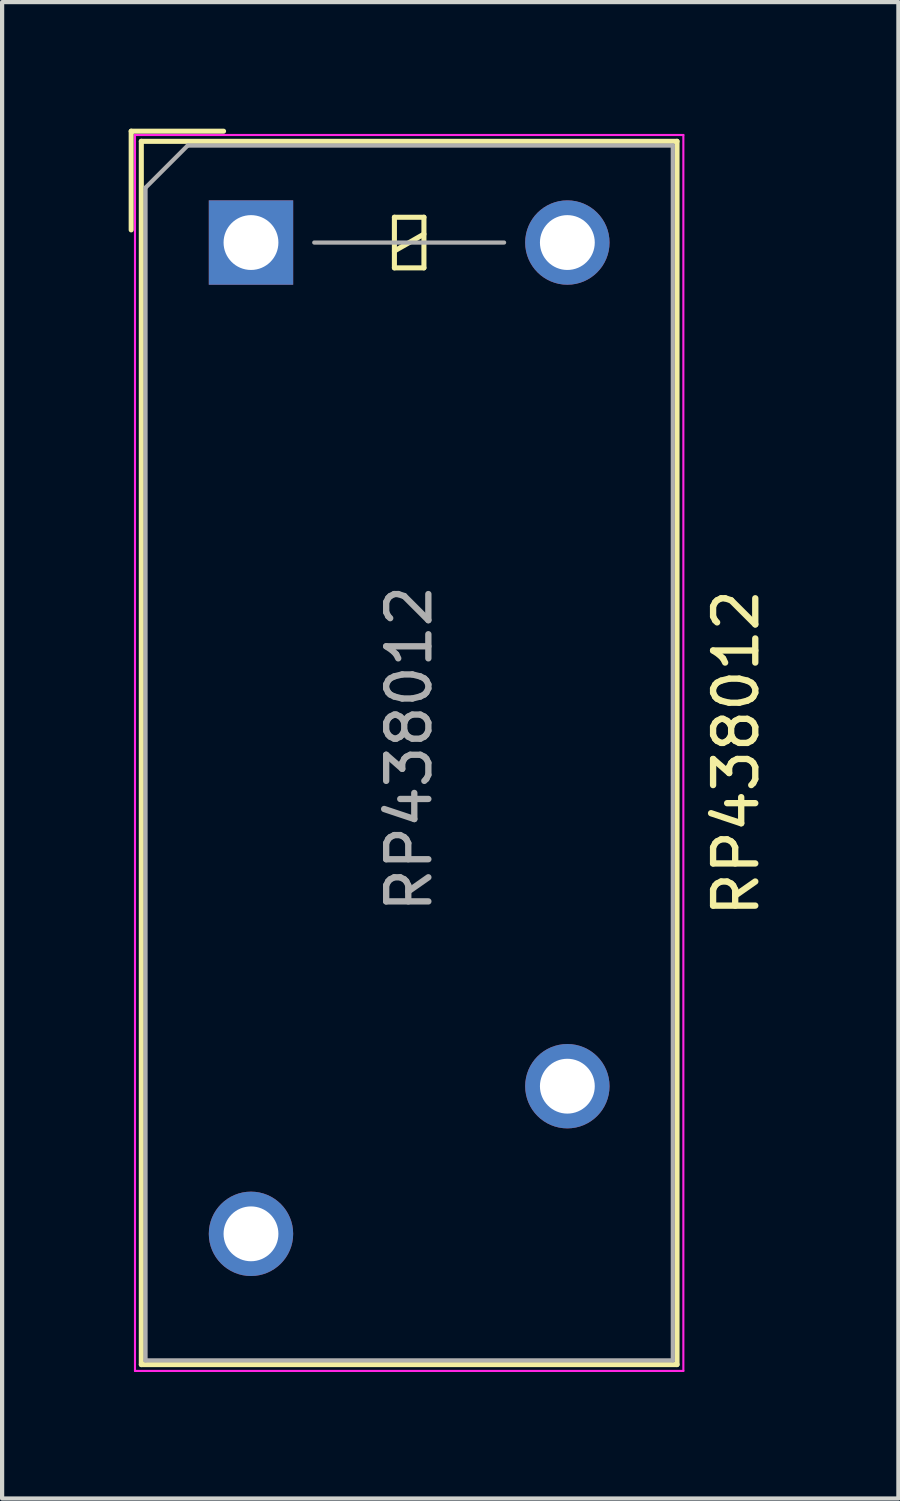
<source format=kicad_pcb>
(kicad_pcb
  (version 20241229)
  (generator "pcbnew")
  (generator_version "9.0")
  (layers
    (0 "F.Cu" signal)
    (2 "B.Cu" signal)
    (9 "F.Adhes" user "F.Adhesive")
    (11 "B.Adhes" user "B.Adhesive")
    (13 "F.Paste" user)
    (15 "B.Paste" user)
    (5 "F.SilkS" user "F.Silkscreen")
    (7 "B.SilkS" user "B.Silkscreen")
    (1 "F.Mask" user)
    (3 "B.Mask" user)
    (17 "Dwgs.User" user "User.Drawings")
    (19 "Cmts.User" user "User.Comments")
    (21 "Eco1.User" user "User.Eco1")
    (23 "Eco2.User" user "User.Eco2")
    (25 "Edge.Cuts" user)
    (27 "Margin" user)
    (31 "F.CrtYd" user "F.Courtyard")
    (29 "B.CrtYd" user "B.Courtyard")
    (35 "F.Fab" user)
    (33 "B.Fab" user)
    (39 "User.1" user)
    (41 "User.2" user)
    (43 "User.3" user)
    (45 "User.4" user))
  (footprint "RP438012"
    (layer "F.Cu")
    (at 2.9 2.7)
    (property "Reference" "RP438012" (at 11.5 12.1 90) (layer "F.SilkS") (effects (font (size 1 1) (thickness 0.15))))
    (attr through_hole)
    (fp_line (start -2.84 -2.64) (end -0.65 -2.64) (stroke (width 0.12) (type solid)) (layer "F.SilkS"))
    (fp_line (start -2.84 -0.3) (end -2.84 -2.64) (stroke (width 0.12) (type solid)) (layer "F.SilkS"))
    (fp_line (start -2.6 -2.4) (end -2.6 26.6) (stroke (width 0.12) (type solid)) (layer "F.SilkS"))
    (fp_line (start -2.6 26.6) (end 10.1 26.6) (stroke (width 0.12) (type solid)) (layer "F.SilkS"))
    (fp_line (start 3.4 -0.6) (end 3.4 0.6) (stroke (width 0.12) (type solid)) (layer "F.SilkS"))
    (fp_line (start 3.4 0.2) (end 4.1 -0.2) (stroke (width 0.12) (type solid)) (layer "F.SilkS"))
    (fp_line (start 3.4 0.6) (end 4.1 0.6) (stroke (width 0.12) (type solid)) (layer "F.SilkS"))
    (fp_line (start 4.1 -0.6) (end 3.4 -0.6) (stroke (width 0.12) (type solid)) (layer "F.SilkS"))
    (fp_line (start 4.1 0.6) (end 4.1 -0.6) (stroke (width 0.12) (type solid)) (layer "F.SilkS"))
    (fp_line (start 10.1 -2.4) (end -2.6 -2.4) (stroke (width 0.12) (type solid)) (layer "F.SilkS"))
    (fp_line (start 10.1 26.6) (end 10.1 -2.4) (stroke (width 0.12) (type solid)) (layer "F.SilkS"))
    (fp_line (start -2.75 -2.55) (end -2.75 26.75) (stroke (width 0.05) (type solid)) (layer "F.CrtYd"))
    (fp_line (start -2.75 26.75) (end 10.25 26.75) (stroke (width 0.05) (type solid)) (layer "F.CrtYd"))
    (fp_line (start 10.25 -2.55) (end -2.75 -2.55) (stroke (width 0.05) (type solid)) (layer "F.CrtYd"))
    (fp_line (start 10.25 26.75) (end 10.25 -2.55) (stroke (width 0.05) (type solid)) (layer "F.CrtYd"))
    (fp_line (start -2.5 -1.3) (end -2.5 26.5) (stroke (width 0.1) (type solid)) (layer "F.Fab"))
    (fp_line (start -2.5 -1.3) (end -1.5 -2.3) (stroke (width 0.1) (type solid)) (layer "F.Fab"))
    (fp_line (start -2.5 26.5) (end 10 26.5) (stroke (width 0.1) (type solid)) (layer "F.Fab"))
    (fp_line (start 1.5 0) (end 6 0) (stroke (width 0.1) (type solid)) (layer "F.Fab"))
    (fp_line (start 10 -2.3) (end -1.5 -2.3) (stroke (width 0.1) (type solid)) (layer "F.Fab"))
    (fp_line (start 10 26.5) (end 10 -2.3) (stroke (width 0.1) (type solid)) (layer "F.Fab"))
    (fp_text user "${REFERENCE}" (at 3.75 12 90) (layer "F.Fab") (effects (font (size 1 1) (thickness 0.15))))
    (pad "13" thru_hole circle (at 7.5 20) (size 2 2) (drill 1.3) (layers "*.Cu" "*.Mask"))
    (pad "14" thru_hole circle (at 0 23.5) (size 2 2) (drill 1.3) (layers "*.Cu" "*.Mask"))
    (pad "A1" thru_hole rect (at 0 0) (size 2 2) (drill 1.3) (layers "*.Cu" "*.Mask"))
    (pad "A2" thru_hole circle (at 7.5 0) (size 2 2) (drill 1.3) (layers "*.Cu" "*.Mask")))
  (gr_rect
    (start -3 -3)
    (end 18.248 32.475)
    (stroke (width 0.1) (type default))
    (fill no)
    (layer "Edge.Cuts")))
</source>
